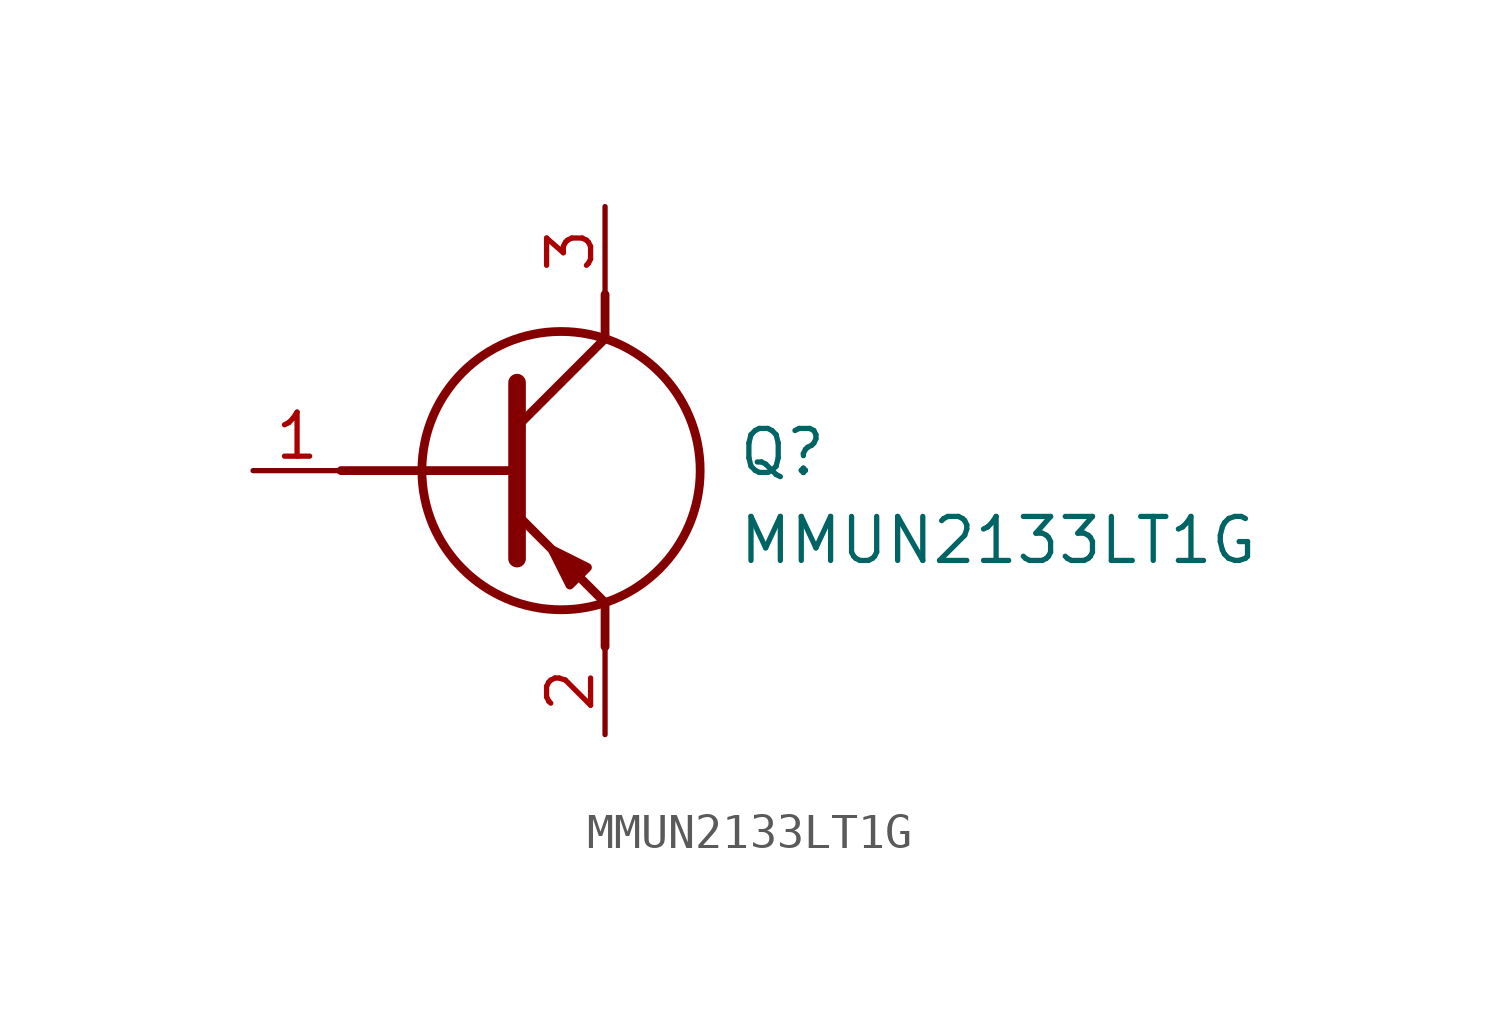
<source format=kicad_sym>
(kicad_symbol_lib
  (version 20241209)
  (generator "kicad_symbol_editor")
  (generator_version "9.0")
  (symbol "MMUN2133LT1G"
    (pin_names
      (hide yes))
    (property "Reference" "Q"
      (at 13.97 1.27 0)
      (effects (font (size 1.27 1.27)) (justify left top)))
    (property "Value" "MMUN2133LT1G"
      (at 13.97 -1.27 0)
      (effects (font (size 1.27 1.27)) (justify left top)))
    (symbol "MMUN2133LT1G_1_1"
      (polyline (pts (xy 2.54 0) (xy 7.62 0)) (stroke (width 0.254) (type default)) (fill (type none)))
      (polyline (pts (xy 7.62 2.54) (xy 7.62 -2.54)) (stroke (width 0.508) (type default)) (fill (type none)))
      (polyline (pts (xy 7.62 1.27) (xy 10.16 3.81)) (stroke (width 0.254) (type default)) (fill (type none)))
      (polyline (pts (xy 7.62 -1.27) (xy 10.16 -3.81)) (stroke (width 0.254) (type default)) (fill (type none)))
      (circle (center 8.89 0) (radius 4.016) (stroke (width 0.254) (type default)) (fill (type none)))
      (polyline (pts (xy 9.652 -2.794) (xy 9.144 -3.302) (xy 8.636 -2.286) (xy 9.652 -2.794)) (stroke (width 0.254) (type default)) (fill (type outline)))
      (polyline (pts (xy 10.16 3.81) (xy 10.16 5.08)) (stroke (width 0.254) (type default)) (fill (type none)))
      (polyline (pts (xy 10.16 -3.81) (xy 10.16 -5.08)) (stroke (width 0.254) (type default)) (fill (type none)))
      (pin passive line (at 0 0 0) (length 2.54) (name "B" (effects (font (size 1.27 1.27)))) (number "1" (effects (font (size 1.27 1.27)))))
      (pin passive line (at 10.16 7.62 270) (length 2.54) (name "C" (effects (font (size 1.27 1.27)))) (number "3" (effects (font (size 1.27 1.27)))))
      (pin passive line (at 10.16 -7.62 90) (length 2.54) (name "E" (effects (font (size 1.27 1.27)))) (number "2" (effects (font (size 1.27 1.27))))))))
</source>
